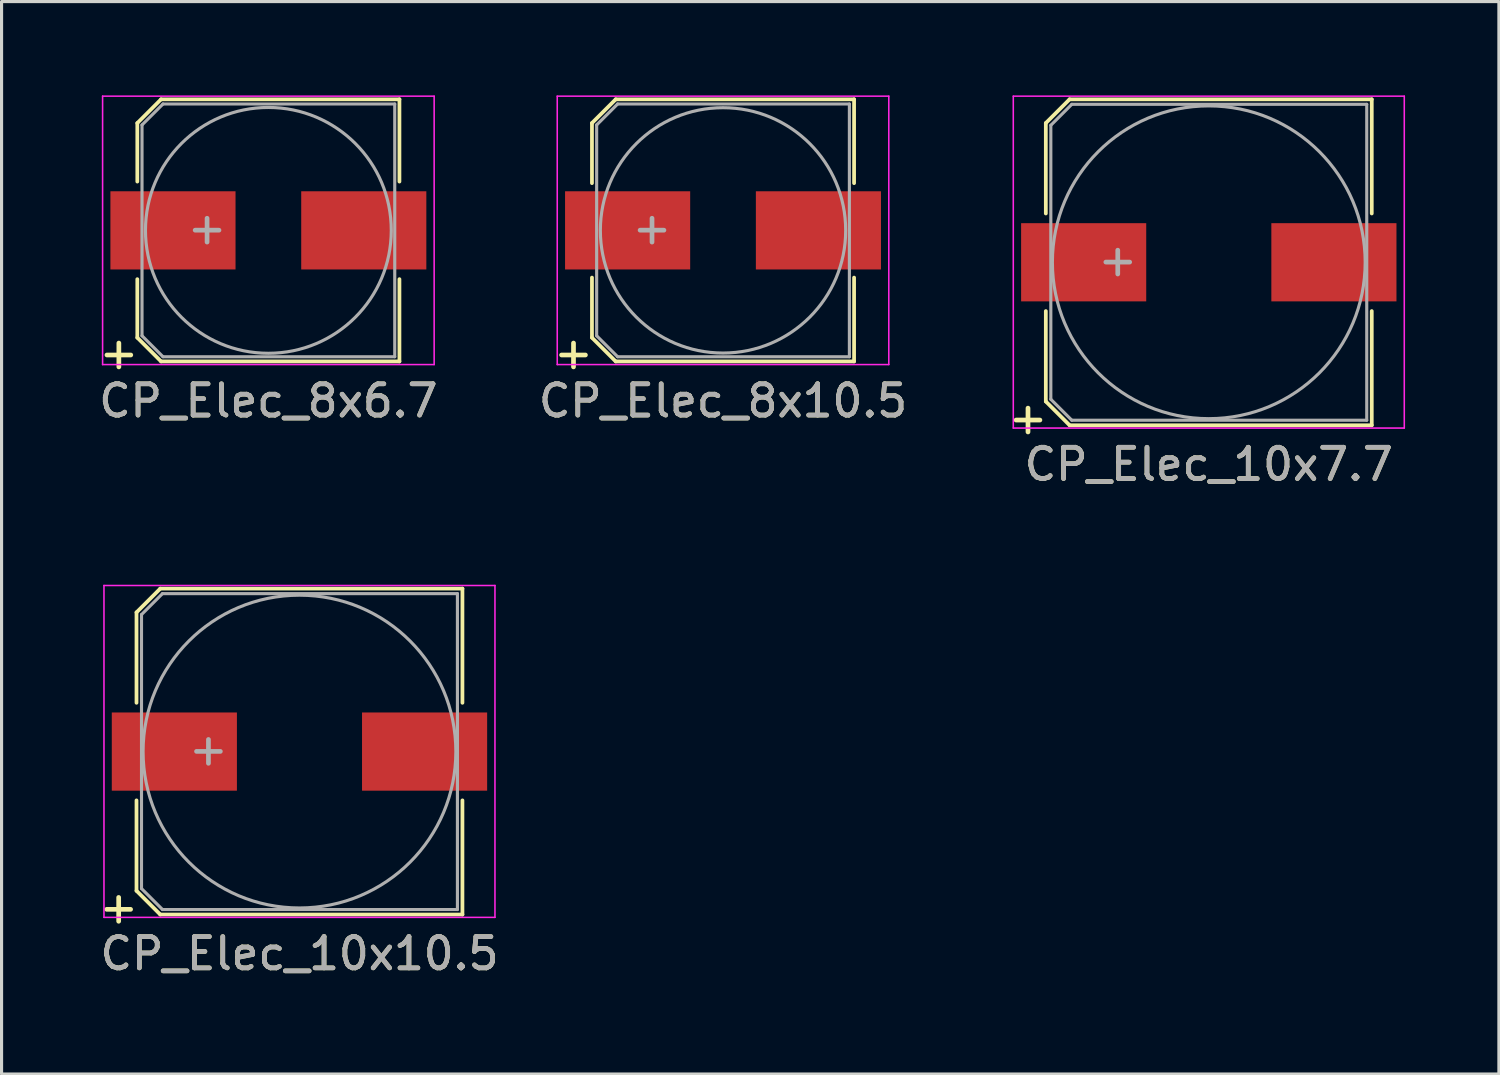
<source format=kicad_pcb>
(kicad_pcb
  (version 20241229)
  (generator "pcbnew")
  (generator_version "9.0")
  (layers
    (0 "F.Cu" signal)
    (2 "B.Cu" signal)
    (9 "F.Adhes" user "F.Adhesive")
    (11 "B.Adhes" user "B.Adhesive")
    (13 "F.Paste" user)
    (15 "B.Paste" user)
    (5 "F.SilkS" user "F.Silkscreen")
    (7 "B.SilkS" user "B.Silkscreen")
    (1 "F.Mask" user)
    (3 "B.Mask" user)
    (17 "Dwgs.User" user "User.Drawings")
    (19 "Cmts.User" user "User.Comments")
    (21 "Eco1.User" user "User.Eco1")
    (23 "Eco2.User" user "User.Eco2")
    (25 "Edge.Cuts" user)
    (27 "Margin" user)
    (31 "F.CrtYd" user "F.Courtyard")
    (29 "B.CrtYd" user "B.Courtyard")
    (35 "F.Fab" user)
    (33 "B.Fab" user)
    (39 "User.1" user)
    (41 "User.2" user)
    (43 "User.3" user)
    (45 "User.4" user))
  (footprint "CP_Elec_8x10.5"
    (layer "F.Cu")
    (at 20.065 4.315)
    (property "Reference" "CP_Elec_8x10.5" (at 0 5.45 0) (layer "F.SilkS") (effects (font (size 1 1) (thickness 0.15))))
    (attr smd)
    (fp_line (start -4.19 -3.43) (end -4.19 -1.51) (stroke (width 0.12) (type solid)) (layer "F.SilkS"))
    (fp_line (start -4.19 -3.43) (end -3.43 -4.19) (stroke (width 0.12) (type solid)) (layer "F.SilkS"))
    (fp_line (start -4.19 3.43) (end -4.19 1.51) (stroke (width 0.12) (type solid)) (layer "F.SilkS"))
    (fp_line (start -3.43 -4.19) (end 4.19 -4.19) (stroke (width 0.12) (type solid)) (layer "F.SilkS"))
    (fp_line (start -3.43 4.19) (end -4.19 3.43) (stroke (width 0.12) (type solid)) (layer "F.SilkS"))
    (fp_line (start 4.19 -4.19) (end 4.19 -1.51) (stroke (width 0.12) (type solid)) (layer "F.SilkS"))
    (fp_line (start 4.19 4.19) (end -3.43 4.19) (stroke (width 0.12) (type solid)) (layer "F.SilkS"))
    (fp_line (start 4.19 4.19) (end 4.19 1.51) (stroke (width 0.12) (type solid)) (layer "F.SilkS"))
    (fp_line (start -5.3 -4.29) (end -5.3 4.29) (stroke (width 0.05) (type solid)) (layer "F.CrtYd"))
    (fp_line (start -5.3 -4.29) (end 5.3 -4.29) (stroke (width 0.05) (type solid)) (layer "F.CrtYd"))
    (fp_line (start 5.3 4.29) (end -5.3 4.29) (stroke (width 0.05) (type solid)) (layer "F.CrtYd"))
    (fp_line (start 5.3 4.29) (end 5.3 -4.29) (stroke (width 0.05) (type solid)) (layer "F.CrtYd"))
    (fp_line (start -4.04 -3.37) (end -4.04 3.37) (stroke (width 0.1) (type solid)) (layer "F.Fab"))
    (fp_line (start -4.04 3.37) (end -3.37 4.04) (stroke (width 0.1) (type solid)) (layer "F.Fab"))
    (fp_line (start -3.37 -4.04) (end -4.04 -3.37) (stroke (width 0.1) (type solid)) (layer "F.Fab"))
    (fp_line (start -3.37 4.04) (end 4.04 4.04) (stroke (width 0.1) (type solid)) (layer "F.Fab"))
    (fp_line (start 4.04 -4.04) (end -3.37 -4.04) (stroke (width 0.1) (type solid)) (layer "F.Fab"))
    (fp_line (start 4.04 4.04) (end 4.04 -4.04) (stroke (width 0.1) (type solid)) (layer "F.Fab"))
    (fp_circle (center 0 0) (end 1.3 3.7) (stroke (width 0.1) (type solid)) (fill no) (layer "F.Fab"))
    (fp_text user "+" (at -4.78 3.91 0) (layer "F.SilkS") (effects (font (size 1 1) (thickness 0.15))))
    (fp_text user "+" (at -2.27 -0.08 0) (layer "F.Fab") (effects (font (size 1 1) (thickness 0.15))))
    (fp_text user "${REFERENCE}" (at 0 5.45 0) (layer "F.Fab") (effects (font (size 1 1) (thickness 0.15))))
    (pad "1" smd rect (at -3.05 0 180) (size 4 2.5) (layers "F.Cu" "F.Mask" "F.Paste"))
    (pad "2" smd rect (at 3.05 0 180) (size 4 2.5) (layers "F.Cu" "F.Mask" "F.Paste")))
  (footprint "CP_Elec_10x7.7"
    (layer "F.Cu")
    (at 35.595 5.335)
    (property "Reference" "CP_Elec_10x7.7" (at 0 6.46 0) (layer "F.SilkS") (effects (font (size 1 1) (thickness 0.15))))
    (attr smd)
    (fp_line (start -5.21 -4.45) (end -5.21 -1.56) (stroke (width 0.12) (type solid)) (layer "F.SilkS"))
    (fp_line (start -5.21 -4.45) (end -4.45 -5.21) (stroke (width 0.12) (type solid)) (layer "F.SilkS"))
    (fp_line (start -5.21 4.45) (end -5.21 1.56) (stroke (width 0.12) (type solid)) (layer "F.SilkS"))
    (fp_line (start -4.45 -5.21) (end 5.21 -5.21) (stroke (width 0.12) (type solid)) (layer "F.SilkS"))
    (fp_line (start -4.45 5.21) (end -5.21 4.45) (stroke (width 0.12) (type solid)) (layer "F.SilkS"))
    (fp_line (start 5.21 -5.21) (end 5.21 -1.56) (stroke (width 0.12) (type solid)) (layer "F.SilkS"))
    (fp_line (start 5.21 5.21) (end -4.45 5.21) (stroke (width 0.12) (type solid)) (layer "F.SilkS"))
    (fp_line (start 5.21 5.21) (end 5.21 1.56) (stroke (width 0.12) (type solid)) (layer "F.SilkS"))
    (fp_line (start -6.25 -5.31) (end -6.25 5.3) (stroke (width 0.05) (type solid)) (layer "F.CrtYd"))
    (fp_line (start -6.25 -5.31) (end 6.25 -5.31) (stroke (width 0.05) (type solid)) (layer "F.CrtYd"))
    (fp_line (start 6.25 5.3) (end -6.25 5.3) (stroke (width 0.05) (type solid)) (layer "F.CrtYd"))
    (fp_line (start 6.25 5.3) (end 6.25 -5.31) (stroke (width 0.05) (type solid)) (layer "F.CrtYd"))
    (fp_line (start -5.05 -4.38) (end -5.05 4.38) (stroke (width 0.1) (type solid)) (layer "F.Fab"))
    (fp_line (start -5.05 4.38) (end -4.38 5.05) (stroke (width 0.1) (type solid)) (layer "F.Fab"))
    (fp_line (start -4.38 -5.05) (end -5.05 -4.38) (stroke (width 0.1) (type solid)) (layer "F.Fab"))
    (fp_line (start -4.38 5.05) (end 5.05 5.05) (stroke (width 0.1) (type solid)) (layer "F.Fab"))
    (fp_line (start 5.05 -5.05) (end -4.38 -5.05) (stroke (width 0.1) (type solid)) (layer "F.Fab"))
    (fp_line (start 5.05 5.05) (end 5.05 -5.05) (stroke (width 0.1) (type solid)) (layer "F.Fab"))
    (fp_circle (center 0 0) (end 0 5) (stroke (width 0.1) (type solid)) (fill no) (layer "F.Fab"))
    (fp_text user "+" (at -5.78 4.97 0) (layer "F.SilkS") (effects (font (size 1 1) (thickness 0.15))))
    (fp_text user "${REFERENCE}" (at 0 6.46 0) (layer "F.Fab") (effects (font (size 1 1) (thickness 0.15))))
    (fp_text user "+" (at -2.91 -0.08 0) (layer "F.Fab") (effects (font (size 1 1) (thickness 0.15))))
    (pad "1" smd rect (at -4 0 180) (size 4 2.5) (layers "F.Cu" "F.Mask" "F.Paste"))
    (pad "2" smd rect (at 4 0 180) (size 4 2.5) (layers "F.Cu" "F.Mask" "F.Paste")))
  (footprint "CP_Elec_10x10.5"
    (layer "F.Cu")
    (at 6.524 20.978)
    (property "Reference" "CP_Elec_10x10.5" (at 0 6.46 0) (layer "F.SilkS") (effects (font (size 1 1) (thickness 0.15))))
    (attr smd)
    (fp_line (start -5.21 -4.45) (end -5.21 -1.56) (stroke (width 0.12) (type solid)) (layer "F.SilkS"))
    (fp_line (start -5.21 -4.45) (end -4.45 -5.21) (stroke (width 0.12) (type solid)) (layer "F.SilkS"))
    (fp_line (start -5.21 4.45) (end -5.21 1.56) (stroke (width 0.12) (type solid)) (layer "F.SilkS"))
    (fp_line (start -4.45 -5.21) (end 5.21 -5.21) (stroke (width 0.12) (type solid)) (layer "F.SilkS"))
    (fp_line (start -4.45 5.21) (end -5.21 4.45) (stroke (width 0.12) (type solid)) (layer "F.SilkS"))
    (fp_line (start 5.21 -5.21) (end 5.21 -1.56) (stroke (width 0.12) (type solid)) (layer "F.SilkS"))
    (fp_line (start 5.21 5.21) (end -4.45 5.21) (stroke (width 0.12) (type solid)) (layer "F.SilkS"))
    (fp_line (start 5.21 5.21) (end 5.21 1.56) (stroke (width 0.12) (type solid)) (layer "F.SilkS"))
    (fp_line (start -6.25 -5.31) (end -6.25 5.3) (stroke (width 0.05) (type solid)) (layer "F.CrtYd"))
    (fp_line (start -6.25 -5.31) (end 6.25 -5.31) (stroke (width 0.05) (type solid)) (layer "F.CrtYd"))
    (fp_line (start 6.25 5.3) (end -6.25 5.3) (stroke (width 0.05) (type solid)) (layer "F.CrtYd"))
    (fp_line (start 6.25 5.3) (end 6.25 -5.31) (stroke (width 0.05) (type solid)) (layer "F.CrtYd"))
    (fp_line (start -5.05 -4.38) (end -5.05 4.38) (stroke (width 0.1) (type solid)) (layer "F.Fab"))
    (fp_line (start -5.05 4.38) (end -4.38 5.05) (stroke (width 0.1) (type solid)) (layer "F.Fab"))
    (fp_line (start -4.38 -5.05) (end -5.05 -4.38) (stroke (width 0.1) (type solid)) (layer "F.Fab"))
    (fp_line (start -4.38 5.05) (end 5.05 5.05) (stroke (width 0.1) (type solid)) (layer "F.Fab"))
    (fp_line (start 5.05 -5.05) (end -4.38 -5.05) (stroke (width 0.1) (type solid)) (layer "F.Fab"))
    (fp_line (start 5.05 5.05) (end 5.05 -5.05) (stroke (width 0.1) (type solid)) (layer "F.Fab"))
    (fp_circle (center 0 0) (end 0 5) (stroke (width 0.1) (type solid)) (fill no) (layer "F.Fab"))
    (fp_text user "+" (at -5.78 4.97 0) (layer "F.SilkS") (effects (font (size 1 1) (thickness 0.15))))
    (fp_text user "${REFERENCE}" (at 0 6.46 0) (layer "F.Fab") (effects (font (size 1 1) (thickness 0.15))))
    (fp_text user "+" (at -2.91 -0.08 0) (layer "F.Fab") (effects (font (size 1 1) (thickness 0.15))))
    (pad "1" smd rect (at -4 0 180) (size 4 2.5) (layers "F.Cu" "F.Mask" "F.Paste"))
    (pad "2" smd rect (at 4 0 180) (size 4 2.5) (layers "F.Cu" "F.Mask" "F.Paste")))
  (footprint "CP_Elec_8x6.7"
    (layer "F.Cu")
    (at 5.53 4.315)
    (property "Reference" "CP_Elec_8x6.7" (at 0 5.45 0) (layer "F.SilkS") (effects (font (size 1 1) (thickness 0.15))))
    (attr smd)
    (fp_line (start -4.19 -3.43) (end -4.19 -1.56) (stroke (width 0.12) (type solid)) (layer "F.SilkS"))
    (fp_line (start -4.19 -3.43) (end -3.43 -4.19) (stroke (width 0.12) (type solid)) (layer "F.SilkS"))
    (fp_line (start -4.19 3.43) (end -4.19 1.56) (stroke (width 0.12) (type solid)) (layer "F.SilkS"))
    (fp_line (start -3.43 -4.19) (end 4.19 -4.19) (stroke (width 0.12) (type solid)) (layer "F.SilkS"))
    (fp_line (start -3.43 4.19) (end -4.19 3.43) (stroke (width 0.12) (type solid)) (layer "F.SilkS"))
    (fp_line (start 4.19 -4.19) (end 4.19 -1.56) (stroke (width 0.12) (type solid)) (layer "F.SilkS"))
    (fp_line (start 4.19 4.19) (end -3.43 4.19) (stroke (width 0.12) (type solid)) (layer "F.SilkS"))
    (fp_line (start 4.19 4.19) (end 4.19 1.56) (stroke (width 0.12) (type solid)) (layer "F.SilkS"))
    (fp_line (start -5.3 -4.29) (end -5.3 4.29) (stroke (width 0.05) (type solid)) (layer "F.CrtYd"))
    (fp_line (start -5.3 -4.29) (end 5.3 -4.29) (stroke (width 0.05) (type solid)) (layer "F.CrtYd"))
    (fp_line (start 5.3 4.29) (end -5.3 4.29) (stroke (width 0.05) (type solid)) (layer "F.CrtYd"))
    (fp_line (start 5.3 4.29) (end 5.3 -4.29) (stroke (width 0.05) (type solid)) (layer "F.CrtYd"))
    (fp_line (start -4.04 -3.37) (end -4.04 3.37) (stroke (width 0.1) (type solid)) (layer "F.Fab"))
    (fp_line (start -4.04 3.37) (end -3.37 4.04) (stroke (width 0.1) (type solid)) (layer "F.Fab"))
    (fp_line (start -3.37 -4.04) (end -4.04 -3.37) (stroke (width 0.1) (type solid)) (layer "F.Fab"))
    (fp_line (start -3.37 4.04) (end 4.04 4.04) (stroke (width 0.1) (type solid)) (layer "F.Fab"))
    (fp_line (start 4.04 -4.04) (end -3.37 -4.04) (stroke (width 0.1) (type solid)) (layer "F.Fab"))
    (fp_line (start 4.04 4.04) (end 4.04 -4.04) (stroke (width 0.1) (type solid)) (layer "F.Fab"))
    (fp_circle (center 0 0) (end 1 3.8) (stroke (width 0.1) (type solid)) (fill no) (layer "F.Fab"))
    (fp_text user "+" (at -4.78 3.91 0) (layer "F.SilkS") (effects (font (size 1 1) (thickness 0.15))))
    (fp_text user "+" (at -1.96 -0.08 0) (layer "F.Fab") (effects (font (size 1 1) (thickness 0.15))))
    (fp_text user "${REFERENCE}" (at 0 5.45 0) (layer "F.Fab") (effects (font (size 1 1) (thickness 0.15))))
    (pad "1" smd rect (at -3.05 0 180) (size 4 2.5) (layers "F.Cu" "F.Mask" "F.Paste"))
    (pad "2" smd rect (at 3.05 0 180) (size 4 2.5) (layers "F.Cu" "F.Mask" "F.Paste")))
  (gr_rect
    (start -3 -3)
    (end 44.87 31.287)
    (stroke (width 0.1) (type default))
    (fill no)
    (layer "Edge.Cuts")))
</source>
